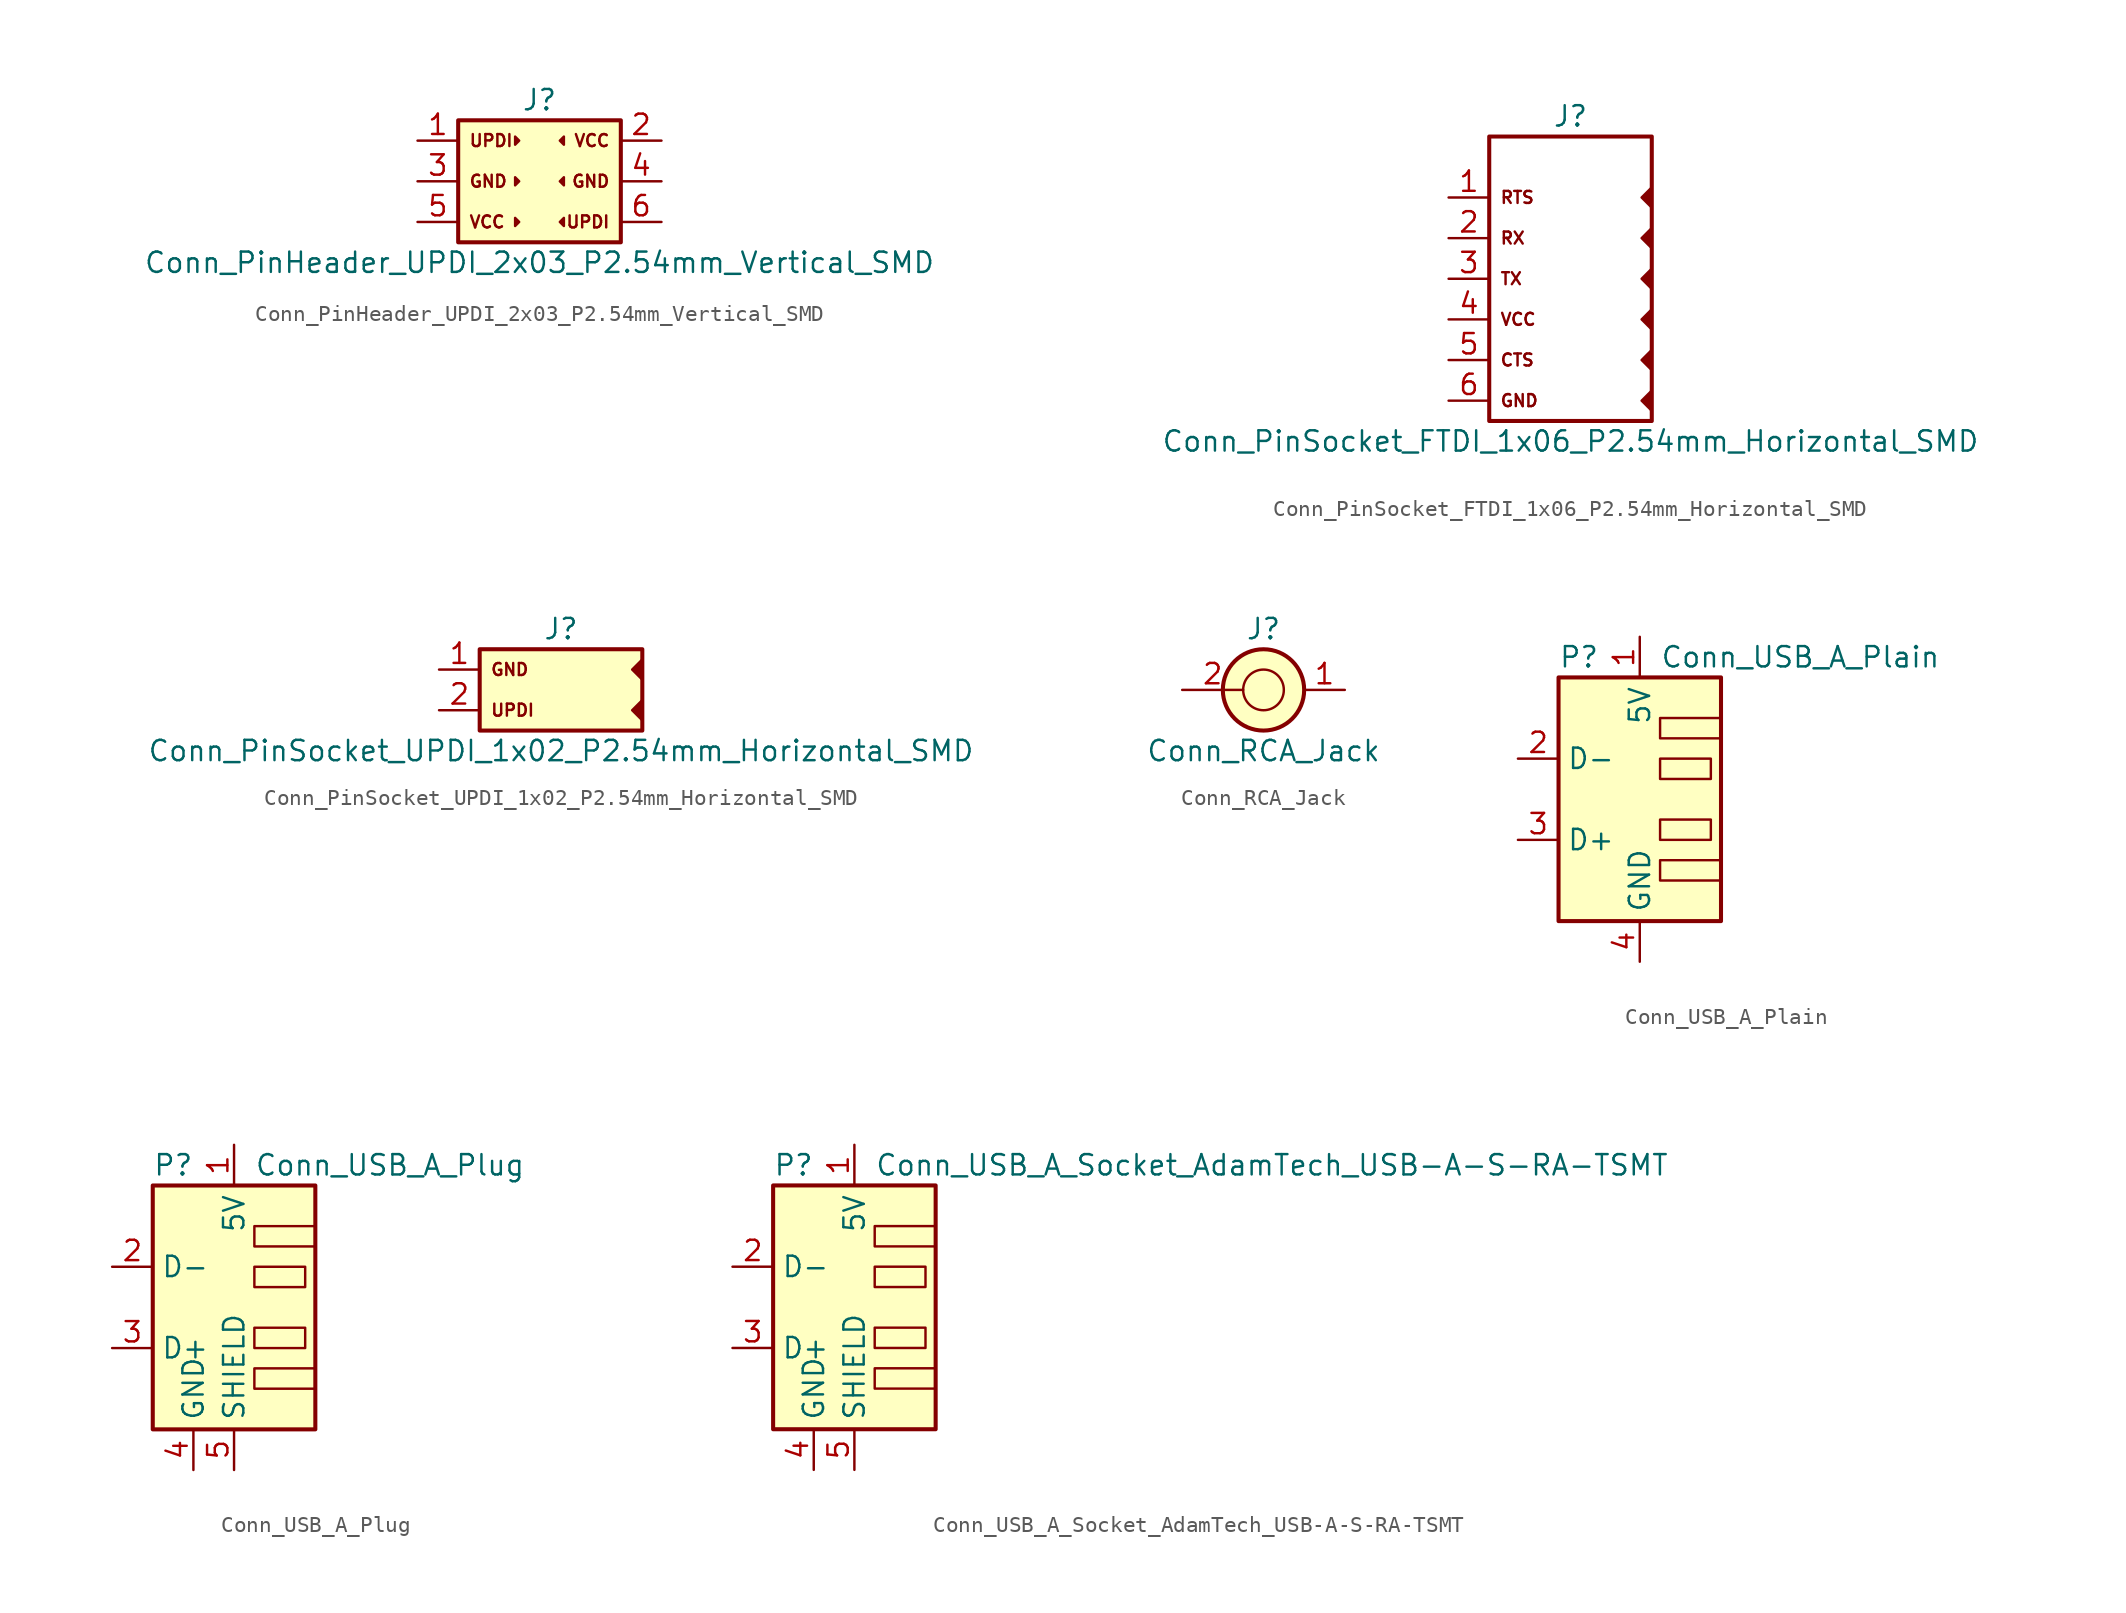
<source format=kicad_sym>
(kicad_symbol_lib
  (version 20231120)
  (generator "kicad_symbol_editor")
  (generator_version "8.0")
  (symbol "Conn_PinHeader_UPDI_2x03_P2.54mm_Vertical_SMD"
    (property "Reference" "J"
      (at 0 5.08 0)
      (effects (font (size 1.27 1.27))))
    (property "Value" "Conn_PinHeader_UPDI_2x03_P2.54mm_Vertical_SMD"
      (at 0 -5.08 0)
      (effects (font (size 1.27 1.27))))
    (symbol "Conn_PinHeader_UPDI_2x03_P2.54mm_Vertical_SMD_0_0"
      (rectangle (start -5.08 3.81) (end 5.08 -3.81) (stroke (width 0.254) (type default)) (fill (type background)))
      (polyline (pts (xy -1.27 -2.54) (xy -1.524 -2.794) (xy -1.524 -2.286) (xy -1.27 -2.54)) (stroke (width 0) (type default)) (fill (type outline)))
      (polyline (pts (xy -1.27 0) (xy -1.524 -0.254) (xy -1.524 0.254) (xy -1.27 0)) (stroke (width 0) (type default)) (fill (type outline)))
      (polyline (pts (xy -1.27 2.54) (xy -1.524 2.286) (xy -1.524 2.794) (xy -1.27 2.54)) (stroke (width 0) (type default)) (fill (type outline)))
      (polyline (pts (xy 1.27 -2.54) (xy 1.524 -2.286) (xy 1.524 -2.794) (xy 1.27 -2.54)) (stroke (width 0) (type default)) (fill (type outline)))
      (polyline (pts (xy 1.27 0) (xy 1.524 0.254) (xy 1.524 -0.254) (xy 1.27 0)) (stroke (width 0) (type default)) (fill (type outline)))
      (polyline (pts (xy 1.27 2.54) (xy 1.524 2.794) (xy 1.524 2.286) (xy 1.27 2.54)) (stroke (width 0) (type default)) (fill (type outline)))
      (text "GND" (at -4.445 0 0) (effects (font (size 0.75 0.75)) (justify left)))
      (text "GND" (at 4.445 0 0) (effects (font (size 0.75 0.75)) (justify right)))
      (text "UPDI" (at -4.445 2.54 0) (effects (font (size 0.75 0.75)) (justify left)))
      (text "UPDI" (at 4.445 -2.54 0) (effects (font (size 0.75 0.75)) (justify right)))
      (text "VCC" (at -4.445 -2.54 0) (effects (font (size 0.75 0.75)) (justify left)))
      (text "VCC" (at 4.445 2.54 0) (effects (font (size 0.75 0.75)) (justify right))))
    (symbol "Conn_PinHeader_UPDI_2x03_P2.54mm_Vertical_SMD_1_1"
      (pin passive line (at -7.62 2.54 0) (length 2.54) (name "" (effects (font (size 1.27 1.27)))) (number "1" (effects (font (size 1.27 1.27)))))
      (pin passive line (at 7.62 2.54 180) (length 2.54) (name "" (effects (font (size 1.27 1.27)))) (number "2" (effects (font (size 1.27 1.27)))))
      (pin passive line (at -7.62 0 0) (length 2.54) (name "" (effects (font (size 1.27 1.27)))) (number "3" (effects (font (size 1.27 1.27)))))
      (pin passive line (at 7.62 0 180) (length 2.54) (name "" (effects (font (size 1.27 1.27)))) (number "4" (effects (font (size 1.27 1.27)))))
      (pin passive line (at -7.62 -2.54 0) (length 2.54) (name "" (effects (font (size 1.27 1.27)))) (number "5" (effects (font (size 1.27 1.27)))))
      (pin passive line (at 7.62 -2.54 180) (length 2.54) (name "" (effects (font (size 1.27 1.27)))) (number "6" (effects (font (size 1.27 1.27)))))))
  (symbol "Conn_PinSocket_FTDI_1x06_P2.54mm_Horizontal_SMD"
    (property "Reference" "J"
      (at 0 10.16 0)
      (effects (font (size 1.27 1.27))))
    (property "Value" "Conn_PinSocket_FTDI_1x06_P2.54mm_Horizontal_SMD"
      (at 0 -10.16 0)
      (effects (font (size 1.27 1.27))))
    (symbol "Conn_PinSocket_FTDI_1x06_P2.54mm_Horizontal_SMD_0_0"
      (polyline (pts (xy -2.286 -7.366) (xy -2.286 -7.366)) (stroke (width 0) (type default)) (fill (type none)))
      (polyline (pts (xy 5.08 -6.985) (xy 4.445 -7.62) (xy 5.08 -8.255) (xy 5.08 -6.985)) (stroke (width 0) (type default)) (fill (type outline)))
      (polyline (pts (xy 5.08 -4.445) (xy 4.445 -5.08) (xy 5.08 -5.715) (xy 5.08 -4.445)) (stroke (width 0) (type default)) (fill (type outline)))
      (polyline (pts (xy 5.08 -1.905) (xy 4.445 -2.54) (xy 5.08 -3.175) (xy 5.08 -1.905)) (stroke (width 0) (type default)) (fill (type outline)))
      (polyline (pts (xy 5.08 0.635) (xy 4.445 0) (xy 5.08 -0.635) (xy 5.08 0.635)) (stroke (width 0) (type default)) (fill (type outline)))
      (polyline (pts (xy 5.08 3.175) (xy 4.445 2.54) (xy 5.08 1.905) (xy 5.08 3.175)) (stroke (width 0) (type default)) (fill (type outline)))
      (polyline (pts (xy 5.08 5.715) (xy 4.445 5.08) (xy 5.08 4.445) (xy 5.08 5.715)) (stroke (width 0) (type default)) (fill (type outline)))
      (text "CTS" (at -4.445 -5.08 0) (effects (font (size 0.75 0.75)) (justify left)))
      (text "GND" (at -4.445 -7.62 0) (effects (font (size 0.75 0.75)) (justify left)))
      (text "RTS" (at -4.445 5.08 0) (effects (font (size 0.75 0.75)) (justify left)))
      (text "RX" (at -4.445 2.54 0) (effects (font (size 0.75 0.75)) (justify left)))
      (text "TX" (at -4.445 0 0) (effects (font (size 0.75 0.75)) (justify left)))
      (text "VCC" (at -4.445 -2.54 0) (effects (font (size 0.75 0.75)) (justify left))))
    (symbol "Conn_PinSocket_FTDI_1x06_P2.54mm_Horizontal_SMD_1_1"
      (rectangle (start -5.08 8.89) (end 5.08 -8.89) (stroke (width 0.254) (type default)) (fill (type none)))
      (pin passive line (at -7.62 5.08 0) (length 2.54) (name "" (effects (font (size 1.27 1.27)))) (number "1" (effects (font (size 1.27 1.27)))))
      (pin passive line (at -7.62 2.54 0) (length 2.54) (name "" (effects (font (size 1.27 1.27)))) (number "2" (effects (font (size 1.27 1.27)))))
      (pin passive line (at -7.62 0 0) (length 2.54) (name "" (effects (font (size 1.27 1.27)))) (number "3" (effects (font (size 1.27 1.27)))))
      (pin passive line (at -7.62 -2.54 0) (length 2.54) (name "" (effects (font (size 1.27 1.27)))) (number "4" (effects (font (size 1.27 1.27)))))
      (pin passive line (at -7.62 -5.08 0) (length 2.54) (name "" (effects (font (size 1.27 1.27)))) (number "5" (effects (font (size 1.27 1.27)))))
      (pin passive line (at -7.62 -7.62 0) (length 2.54) (name "" (effects (font (size 1.27 1.27)))) (number "6" (effects (font (size 1.27 1.27)))))))
  (symbol "Conn_PinSocket_UPDI_1x02_P2.54mm_Horizontal_SMD"
    (property "Reference" "J"
      (at 0 3.81 0)
      (effects (font (size 1.27 1.27))))
    (property "Value" "Conn_PinSocket_UPDI_1x02_P2.54mm_Horizontal_SMD"
      (at 0 -3.81 0)
      (effects (font (size 1.27 1.27))))
    (symbol "Conn_PinSocket_UPDI_1x02_P2.54mm_Horizontal_SMD_0_0"
      (rectangle (start -5.08 2.54) (end 5.08 -2.54) (stroke (width 0.254) (type default)) (fill (type background)))
      (polyline (pts (xy 5.08 -0.635) (xy 4.445 -1.27) (xy 5.08 -1.905) (xy 5.08 -0.635)) (stroke (width 0) (type default)) (fill (type outline)))
      (polyline (pts (xy 5.08 1.905) (xy 4.445 1.27) (xy 5.08 0.635) (xy 5.08 1.905)) (stroke (width 0) (type default)) (fill (type outline)))
      (text "GND" (at -4.445 1.27 0) (effects (font (size 0.75 0.75)) (justify left)))
      (text "UPDI" (at -4.445 -1.27 0) (effects (font (size 0.75 0.75)) (justify left))))
    (symbol "Conn_PinSocket_UPDI_1x02_P2.54mm_Horizontal_SMD_1_1"
      (pin passive line (at -7.62 1.27 0) (length 2.54) (name "" (effects (font (size 1.27 1.27)))) (number "1" (effects (font (size 1.27 1.27)))))
      (pin passive line (at -7.62 -1.27 0) (length 2.54) (name "" (effects (font (size 1.27 1.27)))) (number "2" (effects (font (size 1.27 1.27)))))))
  (symbol "Conn_RCA_Jack"
    (pin_names hide)
    (property "Reference" "J"
      (at 0 3.81 0)
      (effects (font (size 1.27 1.27))))
    (property "Value" "Conn_RCA_Jack"
      (at 0 -3.81 0)
      (effects (font (size 1.27 1.27))))
    (symbol "Conn_RCA_Jack_0_1"
      (circle (center 0 0) (radius 1.27) (stroke (width 0) (type default)) (fill (type none)))
      (circle (center 0 0) (radius 2.54) (stroke (width 0.254) (type default)) (fill (type background))))
    (symbol "Conn_RCA_Jack_1_1"
      (pin passive line (at 5.08 0 180) (length 2.54) (name "" (effects (font (size 1.27 1.27)))) (number "1" (effects (font (size 1.27 1.27)))))
      (pin passive line (at -5.08 0 0) (length 3.81) (name "" (effects (font (size 1.27 1.27)))) (number "2" (effects (font (size 1.27 1.27)))))))
  (symbol "Conn_USB_A_Plain"
    (property "Reference" "P"
      (at -5.08 8.89 0)
      (effects (font (size 1.27 1.27)) (justify left)))
    (property "Value" "Conn_USB_A_Plain"
      (at 1.27 8.89 0)
      (effects (font (size 1.27 1.27)) (justify left)))
    (symbol "Conn_USB_A_Plain_0_1"
      (rectangle (start -5.08 7.62) (end 5.08 -7.62) (stroke (width 0.254) (type default)) (fill (type background)))
      (rectangle (start 1.27 -3.81) (end 5.08 -5.08) (stroke (width 0) (type default)) (fill (type none)))
      (rectangle (start 1.27 -1.27) (end 4.445 -2.54) (stroke (width 0) (type default)) (fill (type none)))
      (rectangle (start 1.27 2.54) (end 4.445 1.27) (stroke (width 0) (type default)) (fill (type none)))
      (rectangle (start 1.27 5.08) (end 5.08 3.81) (stroke (width 0) (type default)) (fill (type none))))
    (symbol "Conn_USB_A_Plain_1_1"
      (pin power_in line (at 0 10.16 270) (length 2.54) (name "5V" (effects (font (size 1.27 1.27)))) (number "1" (effects (font (size 1.27 1.27)))))
      (pin bidirectional line (at -7.62 2.54 0) (length 2.54) (name "D-" (effects (font (size 1.27 1.27)))) (number "2" (effects (font (size 1.27 1.27)))))
      (pin bidirectional line (at -7.62 -2.54 0) (length 2.54) (name "D+" (effects (font (size 1.27 1.27)))) (number "3" (effects (font (size 1.27 1.27)))))
      (pin power_in line (at 0 -10.16 90) (length 2.54) (name "GND" (effects (font (size 1.27 1.27)))) (number "4" (effects (font (size 1.27 1.27)))))))
  (symbol "Conn_USB_A_Plug"
    (property "Reference" "P"
      (at -5.08 8.89 0)
      (effects (font (size 1.27 1.27)) (justify left)))
    (property "Value" "Conn_USB_A_Plug"
      (at 1.27 8.89 0)
      (effects (font (size 1.27 1.27)) (justify left)))
    (symbol "Conn_USB_A_Plug_0_1"
      (rectangle (start -5.08 7.62) (end 5.08 -7.62) (stroke (width 0.254) (type default)) (fill (type background)))
      (rectangle (start 1.27 -3.81) (end 5.08 -5.08) (stroke (width 0) (type default)) (fill (type none)))
      (rectangle (start 1.27 -1.27) (end 4.445 -2.54) (stroke (width 0) (type default)) (fill (type none)))
      (rectangle (start 1.27 2.54) (end 4.445 1.27) (stroke (width 0) (type default)) (fill (type none)))
      (rectangle (start 1.27 5.08) (end 5.08 3.81) (stroke (width 0) (type default)) (fill (type none))))
    (symbol "Conn_USB_A_Plug_1_1"
      (pin power_in line (at 0 10.16 270) (length 2.54) (name "5V" (effects (font (size 1.27 1.27)))) (number "1" (effects (font (size 1.27 1.27)))))
      (pin bidirectional line (at -7.62 2.54 0) (length 2.54) (name "D-" (effects (font (size 1.27 1.27)))) (number "2" (effects (font (size 1.27 1.27)))))
      (pin bidirectional line (at -7.62 -2.54 0) (length 2.54) (name "D+" (effects (font (size 1.27 1.27)))) (number "3" (effects (font (size 1.27 1.27)))))
      (pin power_in line (at -2.54 -10.16 90) (length 2.54) (name "GND" (effects (font (size 1.27 1.27)))) (number "4" (effects (font (size 1.27 1.27)))))
      (pin passive line (at 0 -10.16 90) (length 2.54) (name "SHIELD" (effects (font (size 1.27 1.27)))) (number "5" (effects (font (size 1.27 1.27)))))))
  (symbol "Conn_USB_A_Socket_AdamTech_USB-A-S-RA-TSMT"
    (property "Reference" "P"
      (at -5.08 8.89 0)
      (effects (font (size 1.27 1.27)) (justify left)))
    (property "Value" "Conn_USB_A_Socket_AdamTech_USB-A-S-RA-TSMT"
      (at 1.27 8.89 0)
      (effects (font (size 1.27 1.27)) (justify left)))
    (symbol "Conn_USB_A_Socket_AdamTech_USB-A-S-RA-TSMT_0_1"
      (rectangle (start -5.08 7.62) (end 5.08 -7.62) (stroke (width 0.254) (type default)) (fill (type background)))
      (rectangle (start 1.27 -3.81) (end 5.08 -5.08) (stroke (width 0) (type default)) (fill (type none)))
      (rectangle (start 1.27 -1.27) (end 4.445 -2.54) (stroke (width 0) (type default)) (fill (type none)))
      (rectangle (start 1.27 2.54) (end 4.445 1.27) (stroke (width 0) (type default)) (fill (type none)))
      (rectangle (start 1.27 5.08) (end 5.08 3.81) (stroke (width 0) (type default)) (fill (type none))))
    (symbol "Conn_USB_A_Socket_AdamTech_USB-A-S-RA-TSMT_1_1"
      (pin power_in line (at 0 10.16 270) (length 2.54) (name "5V" (effects (font (size 1.27 1.27)))) (number "1" (effects (font (size 1.27 1.27)))))
      (pin bidirectional line (at -7.62 2.54 0) (length 2.54) (name "D-" (effects (font (size 1.27 1.27)))) (number "2" (effects (font (size 1.27 1.27)))))
      (pin bidirectional line (at -7.62 -2.54 0) (length 2.54) (name "D+" (effects (font (size 1.27 1.27)))) (number "3" (effects (font (size 1.27 1.27)))))
      (pin power_in line (at -2.54 -10.16 90) (length 2.54) (name "GND" (effects (font (size 1.27 1.27)))) (number "4" (effects (font (size 1.27 1.27)))))
      (pin passive line (at 0 -10.16 90) (length 2.54) (name "SHIELD" (effects (font (size 1.27 1.27)))) (number "5" (effects (font (size 1.27 1.27))))))))
</source>
